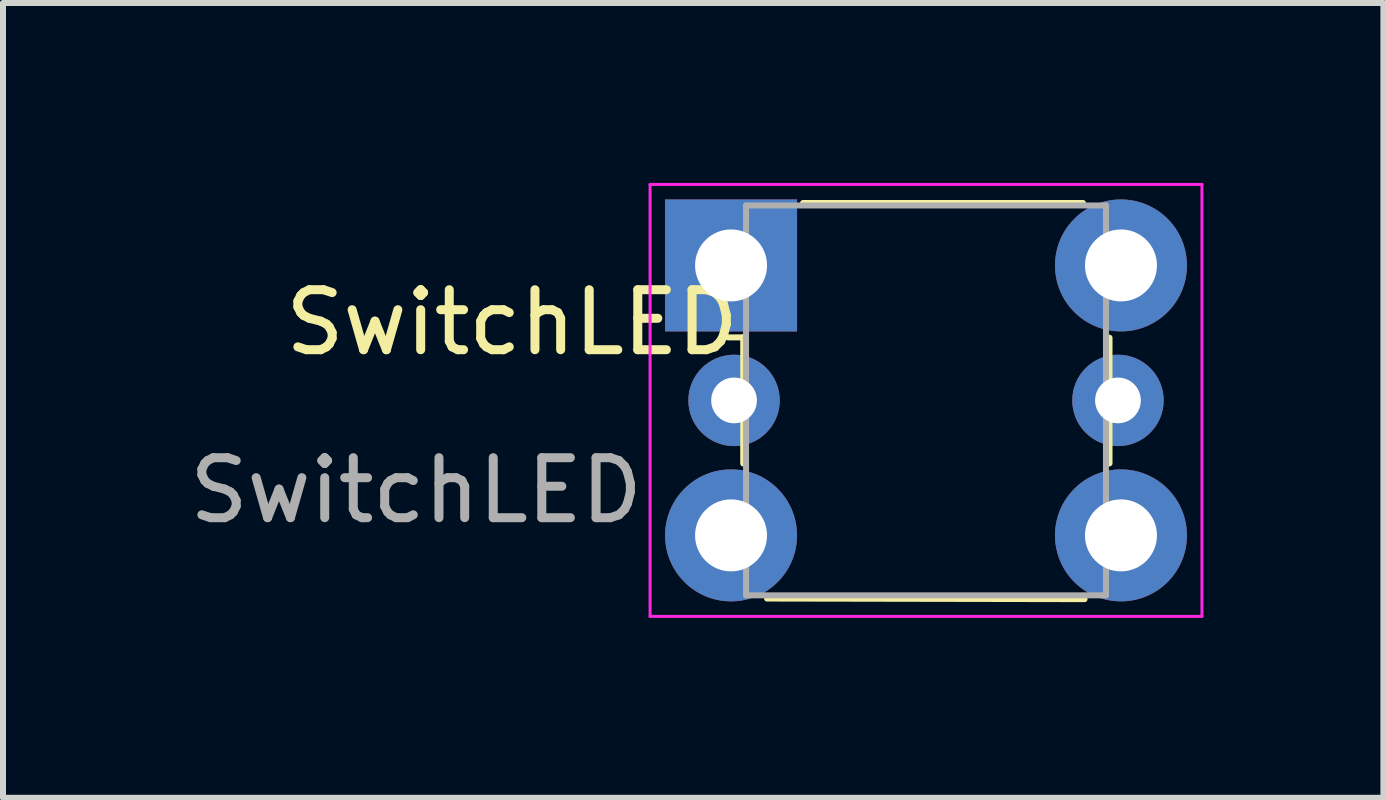
<source format=kicad_pcb>
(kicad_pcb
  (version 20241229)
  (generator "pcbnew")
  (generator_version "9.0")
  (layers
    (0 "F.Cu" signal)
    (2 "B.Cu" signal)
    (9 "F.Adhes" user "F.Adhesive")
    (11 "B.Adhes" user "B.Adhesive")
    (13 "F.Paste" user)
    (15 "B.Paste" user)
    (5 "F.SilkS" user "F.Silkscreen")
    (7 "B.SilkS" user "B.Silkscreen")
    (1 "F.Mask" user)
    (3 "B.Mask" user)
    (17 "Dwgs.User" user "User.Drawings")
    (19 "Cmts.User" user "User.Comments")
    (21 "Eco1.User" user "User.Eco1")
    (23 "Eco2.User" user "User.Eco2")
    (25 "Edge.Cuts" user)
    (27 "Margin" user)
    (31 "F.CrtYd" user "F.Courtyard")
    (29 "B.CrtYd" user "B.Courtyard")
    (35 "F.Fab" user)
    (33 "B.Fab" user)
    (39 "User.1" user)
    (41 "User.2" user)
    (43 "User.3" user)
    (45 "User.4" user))
  (footprint "SwitchLED"
    (layer "F.Cu")
    (at 12.387 3.625)
    (property "Reference" "SwitchLED" (at -6.9 -1.3 0) (unlocked yes) (layer "F.SilkS") (effects (font (size 1 1) (thickness 0.15))))
    (attr through_hole)
    (fp_line (start -3.047 -1.056) (end -3.047 1.052) (stroke (width 0.1) (type solid)) (layer "F.SilkS"))
    (fp_line (start -3.047 -1.05) (end -3.297 -1.05) (stroke (width 0.1) (type solid)) (layer "F.SilkS"))
    (fp_line (start -2.05 -3.291) (end 2.617 -3.291) (stroke (width 0.1) (type solid)) (layer "F.SilkS"))
    (fp_line (start 2.643 3.313) (end -2.65 3.303) (stroke (width 0.1) (type solid)) (layer "F.SilkS"))
    (fp_line (start 3.059 -1.045) (end 3.059 1.05) (stroke (width 0.1) (type solid)) (layer "F.SilkS"))
    (fp_line (start -4.6 -3.6) (end -4.6 3.6) (stroke (width 0.05) (type solid)) (layer "F.CrtYd"))
    (fp_line (start 4.6 -3.6) (end -4.6 -3.6) (stroke (width 0.05) (type solid)) (layer "F.CrtYd"))
    (fp_line (start 4.6 -3.6) (end 4.6 3.6) (stroke (width 0.05) (type solid)) (layer "F.CrtYd"))
    (fp_line (start 4.6 3.6) (end -4.6 3.6) (stroke (width 0.05) (type solid)) (layer "F.CrtYd"))
    (fp_line (start -3 -3.25) (end -3 3.25) (stroke (width 0.1) (type solid)) (layer "F.Fab"))
    (fp_line (start -3 -3.25) (end 3 -3.25) (stroke (width 0.1) (type solid)) (layer "F.Fab"))
    (fp_line (start 3 -3.25) (end 3 3.25) (stroke (width 0.1) (type solid)) (layer "F.Fab"))
    (fp_line (start 3 3.25) (end -3 3.25) (stroke (width 0.1) (type solid)) (layer "F.Fab"))
    (fp_text user "${REFERENCE}" (at -8.5 1.5 0) (unlocked yes) (layer "F.Fab") (effects (font (size 1 1) (thickness 0.15))))
    (pad "1" thru_hole rect (at -3.25 -2.25) (size 2.2 2.2) (drill 1.2) (layers "*.Cu" "*.Mask"))
    (pad "2" thru_hole circle (at 3.25 -2.25) (size 2.2 2.2) (drill 1.2) (layers "*.Cu" "*.Mask"))
    (pad "3" thru_hole circle (at -3.25 2.25) (size 2.2 2.2) (drill 1.2) (layers "*.Cu" "*.Mask"))
    (pad "4" thru_hole circle (at 3.25 2.25) (size 2.2 2.2) (drill 1.2) (layers "*.Cu" "*.Mask"))
    (pad "5" thru_hole circle (at -3.2 0) (size 1.524 1.524) (drill 0.762) (layers "*.Cu" "*.Mask"))
    (pad "6" thru_hole circle (at 3.2 0) (size 1.524 1.524) (drill 0.762) (layers "*.Cu" "*.Mask")))
  (gr_rect
    (start -3 -3)
    (end 20.012 10.25)
    (stroke (width 0.1) (type default))
    (fill no)
    (layer "Edge.Cuts")))
</source>
